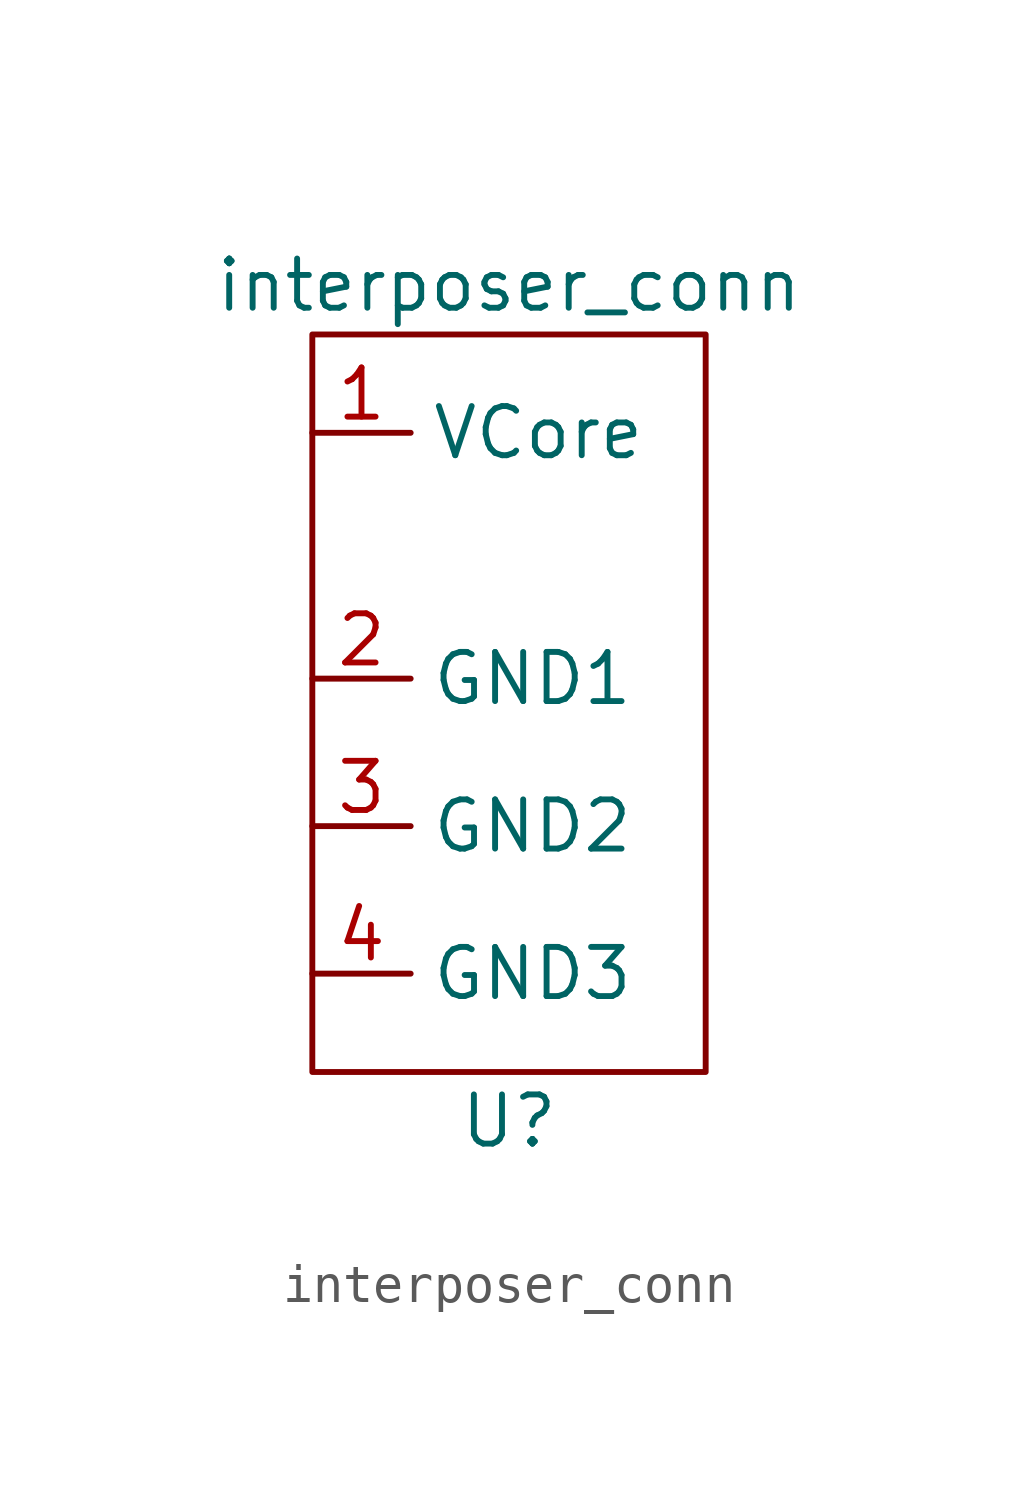
<source format=kicad_sym>
(kicad_symbol_lib
  (version 20211014)
  (generator kicad_symbol_editor)
  (symbol "interposer_conn"
    (property "Reference" "U"
      (at 5.08 -1.27 0)
      (effects (font (size 1.27 1.27))))
    (property "Value" "interposer_conn"
      (at 5.08 20.32 0)
      (effects (font (size 1.27 1.27))))
    (symbol "interposer_conn_0_1"
      (rectangle (start 0 19.05) (end 10.16 0) (stroke (width 0.152) (type default) (color 0 0 0 0)) (fill (type none))))
    (symbol "interposer_conn_1_1"
      (pin input line (at 0 16.51 0) (length 2.54) (name "VCore" (effects (font (size 1.27 1.27)))) (number "1" (effects (font (size 1.27 1.27)))))
      (pin input line (at 0 10.16 0) (length 2.54) (name "GND1" (effects (font (size 1.27 1.27)))) (number "2" (effects (font (size 1.27 1.27)))))
      (pin input line (at 0 6.35 0) (length 2.54) (name "GND2" (effects (font (size 1.27 1.27)))) (number "3" (effects (font (size 1.27 1.27)))))
      (pin input line (at 0 2.54 0) (length 2.54) (name "GND3" (effects (font (size 1.27 1.27)))) (number "4" (effects (font (size 1.27 1.27))))))))
</source>
